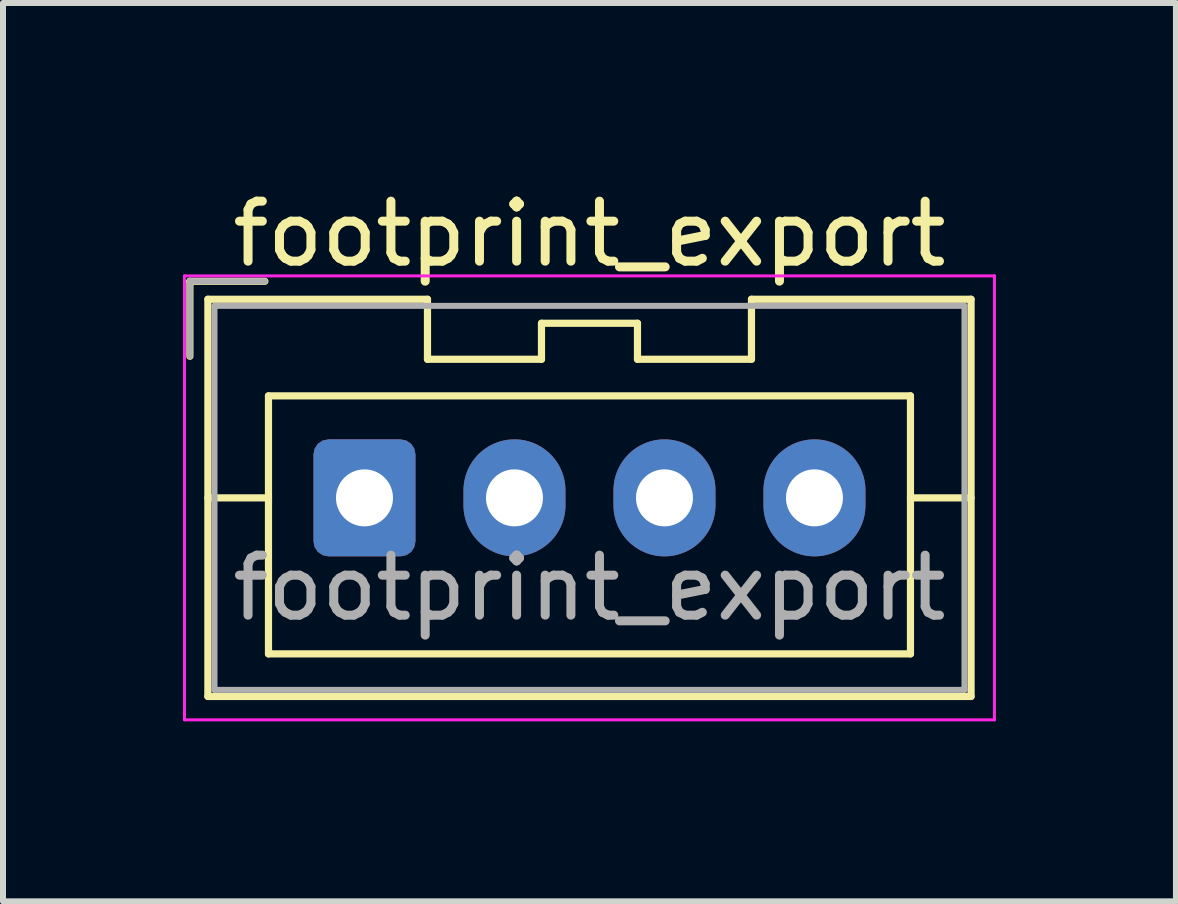
<source format=kicad_pcb>
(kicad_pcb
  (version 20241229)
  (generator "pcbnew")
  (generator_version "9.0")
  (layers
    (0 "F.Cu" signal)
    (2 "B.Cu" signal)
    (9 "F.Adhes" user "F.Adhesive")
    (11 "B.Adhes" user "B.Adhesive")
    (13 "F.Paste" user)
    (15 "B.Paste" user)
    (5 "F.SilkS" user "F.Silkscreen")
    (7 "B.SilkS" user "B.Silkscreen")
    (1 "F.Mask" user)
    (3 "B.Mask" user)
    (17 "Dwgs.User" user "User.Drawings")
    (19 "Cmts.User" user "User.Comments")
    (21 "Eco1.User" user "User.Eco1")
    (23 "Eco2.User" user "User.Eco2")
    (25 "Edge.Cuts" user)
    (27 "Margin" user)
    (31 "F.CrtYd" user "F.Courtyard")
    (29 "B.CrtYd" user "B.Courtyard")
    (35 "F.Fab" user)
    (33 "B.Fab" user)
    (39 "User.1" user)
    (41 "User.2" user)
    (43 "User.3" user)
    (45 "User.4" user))
  (footprint "footprint_export"
    (layer "F.Cu")
    (at 3.025 5.248)
    (property "Reference" "footprint_export" (at 3.75 -4.4 0) (layer "F.SilkS") (effects (font (size 1 1) (thickness 0.15))))
    (attr through_hole)
    (fp_line (start -2.91 -3.61) (end -2.91 -2.36) (stroke (width 0.12) (type solid)) (layer "F.SilkS"))
    (fp_line (start -2.61 -3.31) (end -2.61 3.31) (stroke (width 0.12) (type solid)) (layer "F.SilkS"))
    (fp_line (start -2.61 0) (end -1.6 0) (stroke (width 0.12) (type solid)) (layer "F.SilkS"))
    (fp_line (start -2.61 3.31) (end 10.11 3.31) (stroke (width 0.12) (type solid)) (layer "F.SilkS"))
    (fp_line (start -1.66 -3.61) (end -2.91 -3.61) (stroke (width 0.12) (type solid)) (layer "F.SilkS"))
    (fp_line (start -1.6 -1.7) (end -1.6 2.6) (stroke (width 0.12) (type solid)) (layer "F.SilkS"))
    (fp_line (start -1.6 2.6) (end 9.1 2.6) (stroke (width 0.12) (type solid)) (layer "F.SilkS"))
    (fp_line (start 1.05 -3.31) (end -2.61 -3.31) (stroke (width 0.12) (type solid)) (layer "F.SilkS"))
    (fp_line (start 1.05 -2.31) (end 1.05 -3.31) (stroke (width 0.12) (type solid)) (layer "F.SilkS"))
    (fp_line (start 2.95 -2.91) (end 2.95 -2.31) (stroke (width 0.12) (type solid)) (layer "F.SilkS"))
    (fp_line (start 2.95 -2.31) (end 1.05 -2.31) (stroke (width 0.12) (type solid)) (layer "F.SilkS"))
    (fp_line (start 4.55 -2.91) (end 2.95 -2.91) (stroke (width 0.12) (type solid)) (layer "F.SilkS"))
    (fp_line (start 4.55 -2.31) (end 4.55 -2.91) (stroke (width 0.12) (type solid)) (layer "F.SilkS"))
    (fp_line (start 6.45 -3.31) (end 6.45 -2.31) (stroke (width 0.12) (type solid)) (layer "F.SilkS"))
    (fp_line (start 6.45 -2.31) (end 4.55 -2.31) (stroke (width 0.12) (type solid)) (layer "F.SilkS"))
    (fp_line (start 9.1 -1.7) (end -1.6 -1.7) (stroke (width 0.12) (type solid)) (layer "F.SilkS"))
    (fp_line (start 9.1 2.6) (end 9.1 -1.7) (stroke (width 0.12) (type solid)) (layer "F.SilkS"))
    (fp_line (start 10.11 -3.31) (end 6.45 -3.31) (stroke (width 0.12) (type solid)) (layer "F.SilkS"))
    (fp_line (start 10.11 0) (end 9.1 0) (stroke (width 0.12) (type solid)) (layer "F.SilkS"))
    (fp_line (start 10.11 3.31) (end 10.11 -3.31) (stroke (width 0.12) (type solid)) (layer "F.SilkS"))
    (fp_line (start -3 -3.7) (end -3 3.7) (stroke (width 0.05) (type solid)) (layer "F.CrtYd"))
    (fp_line (start -3 3.7) (end 10.5 3.7) (stroke (width 0.05) (type solid)) (layer "F.CrtYd"))
    (fp_line (start 10.5 -3.7) (end -3 -3.7) (stroke (width 0.05) (type solid)) (layer "F.CrtYd"))
    (fp_line (start 10.5 3.7) (end 10.5 -3.7) (stroke (width 0.05) (type solid)) (layer "F.CrtYd"))
    (fp_line (start -2.91 -3.61) (end -2.91 -2.36) (stroke (width 0.1) (type solid)) (layer "F.Fab"))
    (fp_line (start -2.5 -3.2) (end -2.5 3.2) (stroke (width 0.1) (type solid)) (layer "F.Fab"))
    (fp_line (start -2.5 3.2) (end 10 3.2) (stroke (width 0.1) (type solid)) (layer "F.Fab"))
    (fp_line (start -1.66 -3.61) (end -2.91 -3.61) (stroke (width 0.1) (type solid)) (layer "F.Fab"))
    (fp_line (start 10 -3.2) (end -2.5 -3.2) (stroke (width 0.1) (type solid)) (layer "F.Fab"))
    (fp_line (start 10 3.2) (end 10 -3.2) (stroke (width 0.1) (type solid)) (layer "F.Fab"))
    (fp_text user "${REFERENCE}" (at 3.75 1.5 0) (layer "F.Fab") (effects (font (size 1 1) (thickness 0.15))))
    (pad "1" thru_hole roundrect (at 0 0) (size 1.7 1.95) (drill 0.95) (layers "*.Cu" "*.Mask") (roundrect_rratio 0.147))
    (pad "2" thru_hole oval (at 2.5 0) (size 1.7 1.95) (drill 0.95) (layers "*.Cu" "*.Mask"))
    (pad "3" thru_hole oval (at 5 0) (size 1.7 1.95) (drill 0.95) (layers "*.Cu" "*.Mask"))
    (pad "4" thru_hole oval (at 7.5 0) (size 1.7 1.95) (drill 0.95) (layers "*.Cu" "*.Mask")))
  (gr_rect
    (start -3 -3)
    (end 16.55 11.973)
    (stroke (width 0.1) (type default))
    (fill no)
    (layer "Edge.Cuts")))
</source>
